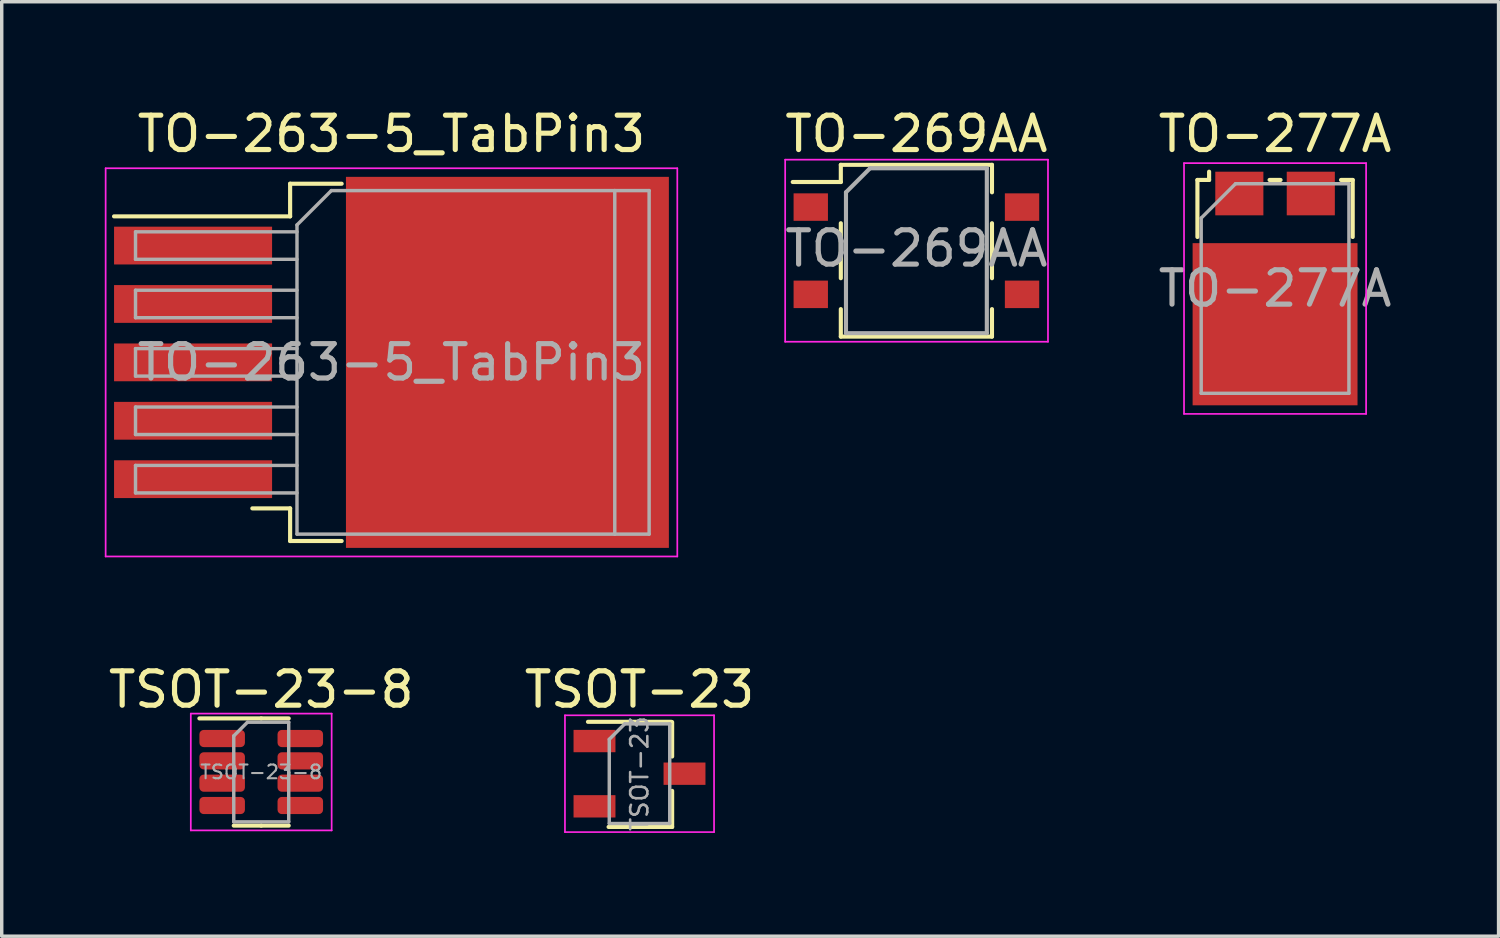
<source format=kicad_pcb>
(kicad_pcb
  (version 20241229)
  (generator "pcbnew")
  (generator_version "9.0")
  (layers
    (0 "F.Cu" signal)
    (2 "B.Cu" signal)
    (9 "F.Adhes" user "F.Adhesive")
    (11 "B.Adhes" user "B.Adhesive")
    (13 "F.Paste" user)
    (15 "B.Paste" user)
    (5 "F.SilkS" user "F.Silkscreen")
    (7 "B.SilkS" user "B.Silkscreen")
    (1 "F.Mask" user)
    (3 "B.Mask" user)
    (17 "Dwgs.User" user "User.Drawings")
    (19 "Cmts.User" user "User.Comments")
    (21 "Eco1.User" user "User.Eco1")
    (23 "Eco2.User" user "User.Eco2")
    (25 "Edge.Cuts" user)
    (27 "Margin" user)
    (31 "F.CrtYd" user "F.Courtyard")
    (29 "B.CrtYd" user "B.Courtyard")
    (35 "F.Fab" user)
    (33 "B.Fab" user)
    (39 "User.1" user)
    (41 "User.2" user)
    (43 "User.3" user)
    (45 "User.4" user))
  (footprint "TO-269AA"
    (layer "F.Cu")
    (at 23.625 4.248)
    (property "Reference" "TO-269AA" (at 0 -3.4 0) (layer "F.SilkS") (effects (font (size 1 1) (thickness 0.15))))
    (attr smd)
    (fp_line (start -2.2 -2.5) (end -2.2 -2) (stroke (width 0.12) (type solid)) (layer "F.SilkS"))
    (fp_line (start -2.2 -2) (end -3.6 -2) (stroke (width 0.12) (type solid)) (layer "F.SilkS"))
    (fp_line (start -2.2 -0.8) (end -2.2 0.8) (stroke (width 0.12) (type solid)) (layer "F.SilkS"))
    (fp_line (start -2.2 2.5) (end -2.2 1.7) (stroke (width 0.12) (type solid)) (layer "F.SilkS"))
    (fp_line (start 2.2 -2.5) (end -2.2 -2.5) (stroke (width 0.12) (type solid)) (layer "F.SilkS"))
    (fp_line (start 2.2 -1.7) (end 2.2 -2.5) (stroke (width 0.12) (type solid)) (layer "F.SilkS"))
    (fp_line (start 2.2 -0.8) (end 2.2 0.8) (stroke (width 0.12) (type solid)) (layer "F.SilkS"))
    (fp_line (start 2.2 1.7) (end 2.2 2.5) (stroke (width 0.12) (type solid)) (layer "F.SilkS"))
    (fp_line (start 2.2 2.5) (end -2.2 2.5) (stroke (width 0.12) (type solid)) (layer "F.SilkS"))
    (fp_line (start -3.82 -2.65) (end -3.82 2.65) (stroke (width 0.05) (type solid)) (layer "F.CrtYd"))
    (fp_line (start -3.82 -2.65) (end 3.83 -2.65) (stroke (width 0.05) (type solid)) (layer "F.CrtYd"))
    (fp_line (start 3.83 2.65) (end -3.82 2.65) (stroke (width 0.05) (type solid)) (layer "F.CrtYd"))
    (fp_line (start 3.83 2.65) (end 3.83 -2.65) (stroke (width 0.05) (type solid)) (layer "F.CrtYd"))
    (fp_line (start -2.05 -1.7) (end -1.35 -2.4) (stroke (width 0.12) (type solid)) (layer "F.Fab"))
    (fp_line (start -2.05 2.4) (end -2.05 -1.7) (stroke (width 0.12) (type solid)) (layer "F.Fab"))
    (fp_line (start -1.35 -2.4) (end 2.05 -2.4) (stroke (width 0.12) (type solid)) (layer "F.Fab"))
    (fp_line (start 2.05 -2.4) (end 2.05 2.4) (stroke (width 0.12) (type solid)) (layer "F.Fab"))
    (fp_line (start 2.05 2.4) (end -2.05 2.4) (stroke (width 0.12) (type solid)) (layer "F.Fab"))
    (fp_text user "${REFERENCE}" (at 0 -0.065 0) (layer "F.Fab") (effects (font (size 1 1) (thickness 0.15))))
    (pad "1" smd rect (at -3.075 -1.27) (size 1 0.8) (layers "F.Cu" "F.Mask" "F.Paste"))
    (pad "2" smd rect (at -3.075 1.27) (size 1 0.8) (layers "F.Cu" "F.Mask" "F.Paste"))
    (pad "3" smd rect (at 3.075 1.27) (size 1 0.8) (layers "F.Cu" "F.Mask" "F.Paste"))
    (pad "4" smd rect (at 3.075 -1.27) (size 1 0.8) (layers "F.Cu" "F.Mask" "F.Paste")))
  (footprint "TSOT-23"
    (layer "F.Cu")
    (at 15.565 19.471)
    (property "Reference" "TSOT-23" (at 0 -2.45 0) (layer "F.SilkS") (effects (font (size 1 1) (thickness 0.15))))
    (attr smd)
    (fp_line (start 0.93 -1.51) (end -1.5 -1.51) (stroke (width 0.12) (type solid)) (layer "F.SilkS"))
    (fp_line (start 0.95 -1.5) (end 0.95 -0.5) (stroke (width 0.12) (type solid)) (layer "F.SilkS"))
    (fp_line (start 0.95 0.5) (end 0.95 1.55) (stroke (width 0.12) (type solid)) (layer "F.SilkS"))
    (fp_line (start 0.95 1.55) (end -0.9 1.55) (stroke (width 0.12) (type solid)) (layer "F.SilkS"))
    (fp_line (start -2.17 -1.7) (end -2.17 1.7) (stroke (width 0.05) (type solid)) (layer "F.CrtYd"))
    (fp_line (start -2.17 -1.7) (end 2.17 -1.7) (stroke (width 0.05) (type solid)) (layer "F.CrtYd"))
    (fp_line (start 2.17 1.7) (end -2.17 1.7) (stroke (width 0.05) (type solid)) (layer "F.CrtYd"))
    (fp_line (start 2.17 1.7) (end 2.17 -1.7) (stroke (width 0.05) (type solid)) (layer "F.CrtYd"))
    (fp_line (start -0.88 -1) (end -0.88 1.45) (stroke (width 0.1) (type solid)) (layer "F.Fab"))
    (fp_line (start -0.88 -1) (end -0.43 -1.45) (stroke (width 0.1) (type solid)) (layer "F.Fab"))
    (fp_line (start 0.88 -1.45) (end -0.43 -1.45) (stroke (width 0.1) (type solid)) (layer "F.Fab"))
    (fp_line (start 0.88 -1.45) (end 0.88 1.45) (stroke (width 0.1) (type solid)) (layer "F.Fab"))
    (fp_line (start 0.88 1.45) (end -0.88 1.45) (stroke (width 0.1) (type solid)) (layer "F.Fab"))
    (fp_text user "${REFERENCE}" (at 0 0 90) (layer "F.Fab") (effects (font (size 0.5 0.5) (thickness 0.075))))
    (pad "1" smd rect (at -1.31 -0.95) (size 1.22 0.65) (layers "F.Cu" "F.Mask" "F.Paste"))
    (pad "2" smd rect (at -1.31 0.95) (size 1.22 0.65) (layers "F.Cu" "F.Mask" "F.Paste"))
    (pad "3" smd rect (at 1.31 0) (size 1.22 0.65) (layers "F.Cu" "F.Mask" "F.Paste")))
  (footprint "TO-263-5_TabPin3"
    (layer "F.Cu")
    (at 8.345 7.498)
    (property "Reference" "TO-263-5_TabPin3" (at 0 -6.65 0) (layer "F.SilkS") (effects (font (size 1 1) (thickness 0.15))))
    (attr smd)
    (fp_line (start -2.95 -5.2) (end -2.95 -4.25) (stroke (width 0.12) (type solid)) (layer "F.SilkS"))
    (fp_line (start -2.95 -4.25) (end -8.075 -4.25) (stroke (width 0.12) (type solid)) (layer "F.SilkS"))
    (fp_line (start -2.95 4.25) (end -4.05 4.25) (stroke (width 0.12) (type solid)) (layer "F.SilkS"))
    (fp_line (start -2.95 5.2) (end -2.95 4.25) (stroke (width 0.12) (type solid)) (layer "F.SilkS"))
    (fp_line (start -1.45 -5.2) (end -2.95 -5.2) (stroke (width 0.12) (type solid)) (layer "F.SilkS"))
    (fp_line (start -1.45 5.2) (end -2.95 5.2) (stroke (width 0.12) (type solid)) (layer "F.SilkS"))
    (fp_line (start -8.32 -5.65) (end -8.32 5.65) (stroke (width 0.05) (type solid)) (layer "F.CrtYd"))
    (fp_line (start -8.32 5.65) (end 8.32 5.65) (stroke (width 0.05) (type solid)) (layer "F.CrtYd"))
    (fp_line (start 8.32 -5.65) (end -8.32 -5.65) (stroke (width 0.05) (type solid)) (layer "F.CrtYd"))
    (fp_line (start 8.32 5.65) (end 8.32 -5.65) (stroke (width 0.05) (type solid)) (layer "F.CrtYd"))
    (fp_line (start -7.45 -3.8) (end -7.45 -3) (stroke (width 0.1) (type solid)) (layer "F.Fab"))
    (fp_line (start -7.45 -3) (end -2.75 -3) (stroke (width 0.1) (type solid)) (layer "F.Fab"))
    (fp_line (start -7.45 -2.1) (end -7.45 -1.3) (stroke (width 0.1) (type solid)) (layer "F.Fab"))
    (fp_line (start -7.45 -1.3) (end -2.75 -1.3) (stroke (width 0.1) (type solid)) (layer "F.Fab"))
    (fp_line (start -7.45 -0.4) (end -7.45 0.4) (stroke (width 0.1) (type solid)) (layer "F.Fab"))
    (fp_line (start -7.45 0.4) (end -2.75 0.4) (stroke (width 0.1) (type solid)) (layer "F.Fab"))
    (fp_line (start -7.45 1.3) (end -7.45 2.1) (stroke (width 0.1) (type solid)) (layer "F.Fab"))
    (fp_line (start -7.45 2.1) (end -2.75 2.1) (stroke (width 0.1) (type solid)) (layer "F.Fab"))
    (fp_line (start -7.45 3) (end -7.45 3.8) (stroke (width 0.1) (type solid)) (layer "F.Fab"))
    (fp_line (start -7.45 3.8) (end -2.75 3.8) (stroke (width 0.1) (type solid)) (layer "F.Fab"))
    (fp_line (start -2.75 -4) (end -1.75 -5) (stroke (width 0.1) (type solid)) (layer "F.Fab"))
    (fp_line (start -2.75 -3.8) (end -7.45 -3.8) (stroke (width 0.1) (type solid)) (layer "F.Fab"))
    (fp_line (start -2.75 -2.1) (end -7.45 -2.1) (stroke (width 0.1) (type solid)) (layer "F.Fab"))
    (fp_line (start -2.75 -0.4) (end -7.45 -0.4) (stroke (width 0.1) (type solid)) (layer "F.Fab"))
    (fp_line (start -2.75 1.3) (end -7.45 1.3) (stroke (width 0.1) (type solid)) (layer "F.Fab"))
    (fp_line (start -2.75 3) (end -7.45 3) (stroke (width 0.1) (type solid)) (layer "F.Fab"))
    (fp_line (start -2.75 5) (end -2.75 -4) (stroke (width 0.1) (type solid)) (layer "F.Fab"))
    (fp_line (start -1.75 -5) (end 6.5 -5) (stroke (width 0.1) (type solid)) (layer "F.Fab"))
    (fp_line (start 6.5 -5) (end 6.5 5) (stroke (width 0.1) (type solid)) (layer "F.Fab"))
    (fp_line (start 6.5 -5) (end 7.5 -5) (stroke (width 0.1) (type solid)) (layer "F.Fab"))
    (fp_line (start 6.5 5) (end -2.75 5) (stroke (width 0.1) (type solid)) (layer "F.Fab"))
    (fp_line (start 7.5 -5) (end 7.5 5) (stroke (width 0.1) (type solid)) (layer "F.Fab"))
    (fp_line (start 7.5 5) (end 6.5 5) (stroke (width 0.1) (type solid)) (layer "F.Fab"))
    (fp_text user "${REFERENCE}" (at 0 0 0) (layer "F.Fab") (effects (font (size 1 1) (thickness 0.15))))
    (pad "" smd rect (at 0.95 -2.775) (size 4.55 5.25) (layers "F.Paste"))
    (pad "" smd rect (at 0.95 2.775) (size 4.55 5.25) (layers "F.Paste"))
    (pad "" smd rect (at 5.8 -2.775) (size 4.55 5.25) (layers "F.Paste"))
    (pad "" smd rect (at 5.8 2.775) (size 4.55 5.25) (layers "F.Paste"))
    (pad "1" smd rect (at -5.775 -3.4) (size 4.6 1.1) (layers "F.Cu" "F.Mask" "F.Paste"))
    (pad "2" smd rect (at -5.775 -1.7) (size 4.6 1.1) (layers "F.Cu" "F.Mask" "F.Paste"))
    (pad "3" smd rect (at -5.775 0) (size 4.6 1.1) (layers "F.Cu" "F.Mask" "F.Paste"))
    (pad "3" smd rect (at 3.375 0) (size 9.4 10.8) (layers "F.Cu" "F.Mask"))
    (pad "4" smd rect (at -5.775 1.7) (size 4.6 1.1) (layers "F.Cu" "F.Mask" "F.Paste"))
    (pad "5" smd rect (at -5.775 3.4) (size 4.6 1.1) (layers "F.Cu" "F.Mask" "F.Paste")))
  (footprint "TSOT-23-8"
    (layer "F.Cu")
    (at 4.554 19.422)
    (property "Reference" "TSOT-23-8" (at 0 -2.4 0) (layer "F.SilkS") (effects (font (size 1 1) (thickness 0.15))))
    (attr smd)
    (fp_line (start 0 -1.56) (end -1.8 -1.56) (stroke (width 0.12) (type solid)) (layer "F.SilkS"))
    (fp_line (start 0 -1.56) (end 0.8 -1.56) (stroke (width 0.12) (type solid)) (layer "F.SilkS"))
    (fp_line (start 0 1.56) (end -0.8 1.56) (stroke (width 0.12) (type solid)) (layer "F.SilkS"))
    (fp_line (start 0 1.56) (end 0.8 1.56) (stroke (width 0.12) (type solid)) (layer "F.SilkS"))
    (fp_line (start -2.05 -1.7) (end -2.05 1.7) (stroke (width 0.05) (type solid)) (layer "F.CrtYd"))
    (fp_line (start -2.05 1.7) (end 2.05 1.7) (stroke (width 0.05) (type solid)) (layer "F.CrtYd"))
    (fp_line (start 2.05 -1.7) (end -2.05 -1.7) (stroke (width 0.05) (type solid)) (layer "F.CrtYd"))
    (fp_line (start 2.05 1.7) (end 2.05 -1.7) (stroke (width 0.05) (type solid)) (layer "F.CrtYd"))
    (fp_line (start -0.8 -1.05) (end -0.4 -1.45) (stroke (width 0.1) (type solid)) (layer "F.Fab"))
    (fp_line (start -0.8 1.45) (end -0.8 -1.05) (stroke (width 0.1) (type solid)) (layer "F.Fab"))
    (fp_line (start -0.4 -1.45) (end 0.8 -1.45) (stroke (width 0.1) (type solid)) (layer "F.Fab"))
    (fp_line (start 0.8 -1.45) (end 0.8 1.45) (stroke (width 0.1) (type solid)) (layer "F.Fab"))
    (fp_line (start 0.8 1.45) (end -0.8 1.45) (stroke (width 0.1) (type solid)) (layer "F.Fab"))
    (fp_text user "${REFERENCE}" (at 0 0 0) (layer "F.Fab") (effects (font (size 0.4 0.4) (thickness 0.06))))
    (pad "1" smd roundrect (at -1.137 -0.975) (size 1.325 0.5) (layers "F.Cu" "F.Mask" "F.Paste") (roundrect_rratio 0.25))
    (pad "2" smd roundrect (at -1.137 -0.325) (size 1.325 0.5) (layers "F.Cu" "F.Mask" "F.Paste") (roundrect_rratio 0.25))
    (pad "3" smd roundrect (at -1.137 0.325) (size 1.325 0.5) (layers "F.Cu" "F.Mask" "F.Paste") (roundrect_rratio 0.25))
    (pad "4" smd roundrect (at -1.137 0.975) (size 1.325 0.5) (layers "F.Cu" "F.Mask" "F.Paste") (roundrect_rratio 0.25))
    (pad "5" smd roundrect (at 1.137 0.975) (size 1.325 0.5) (layers "F.Cu" "F.Mask" "F.Paste") (roundrect_rratio 0.25))
    (pad "6" smd roundrect (at 1.137 0.325) (size 1.325 0.5) (layers "F.Cu" "F.Mask" "F.Paste") (roundrect_rratio 0.25))
    (pad "7" smd roundrect (at 1.137 -0.325) (size 1.325 0.5) (layers "F.Cu" "F.Mask" "F.Paste") (roundrect_rratio 0.25))
    (pad "8" smd roundrect (at 1.137 -0.975) (size 1.325 0.5) (layers "F.Cu" "F.Mask" "F.Paste") (roundrect_rratio 0.25)))
  (footprint "TO-277A"
    (layer "F.Cu")
    (at 34.065 5.348)
    (property "Reference" "TO-277A" (at 0 -4.5 180) (layer "F.SilkS") (effects (font (size 1 1) (thickness 0.15))))
    (attr smd)
    (fp_line (start -2.26 -3.16) (end -2.26 -1.5) (stroke (width 0.12) (type solid)) (layer "F.SilkS"))
    (fp_line (start -1.92 -3.4) (end -1.92 -3.16) (stroke (width 0.12) (type solid)) (layer "F.SilkS"))
    (fp_line (start -1.92 -3.16) (end -2.26 -3.16) (stroke (width 0.12) (type solid)) (layer "F.SilkS"))
    (fp_line (start -0.16 -3.16) (end 0.16 -3.16) (stroke (width 0.12) (type solid)) (layer "F.SilkS"))
    (fp_line (start 2.26 -3.16) (end 1.92 -3.16) (stroke (width 0.12) (type solid)) (layer "F.SilkS"))
    (fp_line (start 2.26 -1.5) (end 2.26 -3.16) (stroke (width 0.12) (type solid)) (layer "F.SilkS"))
    (fp_line (start -2.65 -3.65) (end -2.65 3.65) (stroke (width 0.05) (type solid)) (layer "F.CrtYd"))
    (fp_line (start -2.65 -3.65) (end 2.65 -3.65) (stroke (width 0.05) (type solid)) (layer "F.CrtYd"))
    (fp_line (start 2.65 3.65) (end -2.65 3.65) (stroke (width 0.05) (type solid)) (layer "F.CrtYd"))
    (fp_line (start 2.65 3.65) (end 2.65 -3.65) (stroke (width 0.05) (type solid)) (layer "F.CrtYd"))
    (fp_line (start -2.15 -2.05) (end -2.15 3.05) (stroke (width 0.1) (type solid)) (layer "F.Fab"))
    (fp_line (start -2.15 3.05) (end 2.15 3.05) (stroke (width 0.1) (type solid)) (layer "F.Fab"))
    (fp_line (start -1.15 -3.05) (end -2.15 -2.05) (stroke (width 0.1) (type solid)) (layer "F.Fab"))
    (fp_line (start 2.15 -3.05) (end -1.15 -3.05) (stroke (width 0.1) (type solid)) (layer "F.Fab"))
    (fp_line (start 2.15 3.05) (end 2.15 -3.05) (stroke (width 0.1) (type solid)) (layer "F.Fab"))
    (fp_text user "${REFERENCE}" (at 0 0 0) (layer "F.Fab") (effects (font (size 1 1) (thickness 0.15))))
    (pad "" smd rect (at -1.7 -0.65 180) (size 1.25 1.2) (layers "F.Paste"))
    (pad "" smd rect (at -1.7 1.04) (size 1.25 1.2) (layers "F.Paste"))
    (pad "" smd rect (at -1.7 2.7) (size 1.25 1.2) (layers "F.Paste"))
    (pad "" smd rect (at 0 -0.65) (size 1.25 1.2) (layers "F.Paste"))
    (pad "" smd rect (at 0 1.04) (size 1.25 1.2) (layers "F.Paste"))
    (pad "" smd rect (at 0 2.7) (size 1.25 1.2) (layers "F.Paste"))
    (pad "" smd rect (at 1.7 -0.65) (size 1.25 1.2) (layers "F.Paste"))
    (pad "" smd rect (at 1.7 1.04) (size 1.25 1.2) (layers "F.Paste"))
    (pad "" smd rect (at 1.7 2.7) (size 1.25 1.2) (layers "F.Paste"))
    (pad "1" smd rect (at -1.04 -2.765) (size 1.4 1.27) (layers "F.Cu" "F.Mask" "F.Paste"))
    (pad "2" smd rect (at 1.04 -2.765) (size 1.4 1.27) (layers "F.Cu" "F.Mask" "F.Paste"))
    (pad "3" smd rect (at 0 1.04) (size 4.8 4.72) (layers "F.Cu" "F.Mask")))
  (gr_rect
    (start -3 -3)
    (end 40.571 24.201)
    (stroke (width 0.1) (type default))
    (fill no)
    (layer "Edge.Cuts")))
</source>
